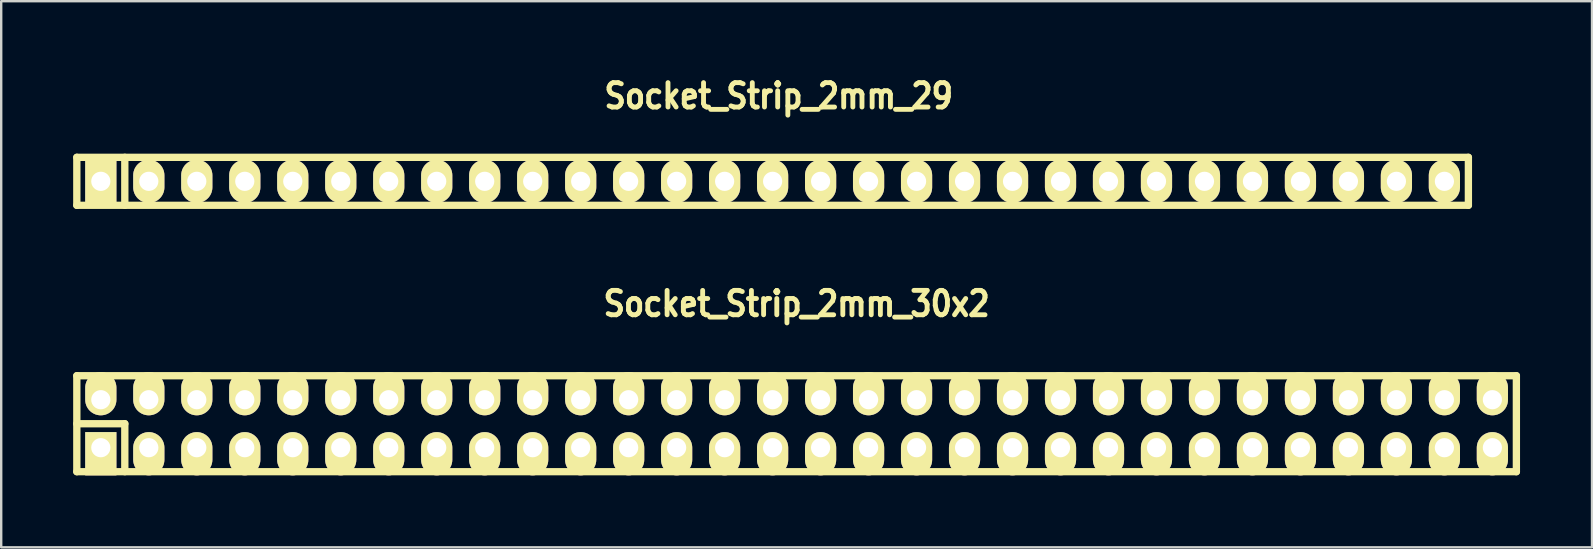
<source format=kicad_pcb>
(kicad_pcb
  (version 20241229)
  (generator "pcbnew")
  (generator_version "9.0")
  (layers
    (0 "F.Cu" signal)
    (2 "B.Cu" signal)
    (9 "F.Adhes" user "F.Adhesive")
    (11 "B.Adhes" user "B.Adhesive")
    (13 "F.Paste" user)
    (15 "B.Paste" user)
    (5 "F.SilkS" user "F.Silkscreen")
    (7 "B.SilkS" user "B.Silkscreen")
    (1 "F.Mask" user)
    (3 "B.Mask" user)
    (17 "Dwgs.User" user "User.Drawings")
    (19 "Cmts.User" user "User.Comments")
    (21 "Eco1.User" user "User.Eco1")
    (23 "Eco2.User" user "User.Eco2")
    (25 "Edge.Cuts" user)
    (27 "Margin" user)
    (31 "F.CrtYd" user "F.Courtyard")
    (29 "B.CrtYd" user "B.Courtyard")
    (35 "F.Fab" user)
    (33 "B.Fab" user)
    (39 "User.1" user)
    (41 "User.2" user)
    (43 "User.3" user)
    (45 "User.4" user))
  (footprint "Socket_Strip_2mm_30x2"
    (layer "F.Cu")
    (at 30.152 14.61)
    (property "Reference" "Socket_Strip_2mm_30x2" (at 0 -5 0) (layer "F.SilkS") (effects (font (size 1.016 0.889) (thickness 0.203))))
    (attr through_hole)
    (fp_line (start -30 -2) (end 30 -2) (stroke (width 0.305) (type solid)) (layer "F.SilkS"))
    (fp_line (start -30 0) (end -28 0) (stroke (width 0.305) (type solid)) (layer "F.SilkS"))
    (fp_line (start -30 2) (end -30 -2) (stroke (width 0.305) (type solid)) (layer "F.SilkS"))
    (fp_line (start -28 0) (end -28 2) (stroke (width 0.305) (type solid)) (layer "F.SilkS"))
    (fp_line (start 30 -2) (end 30 2) (stroke (width 0.305) (type solid)) (layer "F.SilkS"))
    (fp_line (start 30 2) (end -30 2) (stroke (width 0.305) (type solid)) (layer "F.SilkS"))
    (pad "1" thru_hole rect (at -29 1) (size 1.3 1.8) (drill 0.8 (offset 0 0.25)) (layers "*.Cu" "*.Mask" "F.SilkS"))
    (pad "2" thru_hole oval (at -29 -1) (size 1.3 1.8) (drill 0.8 (offset 0 -0.25)) (layers "*.Cu" "*.Mask" "F.SilkS"))
    (pad "3" thru_hole oval (at -27 1) (size 1.3 1.8) (drill 0.8 (offset 0 0.25)) (layers "*.Cu" "*.Mask" "F.SilkS"))
    (pad "4" thru_hole oval (at -27 -1) (size 1.3 1.8) (drill 0.8 (offset 0 -0.25)) (layers "*.Cu" "*.Mask" "F.SilkS"))
    (pad "5" thru_hole oval (at -25 1) (size 1.3 1.8) (drill 0.8 (offset 0 0.25)) (layers "*.Cu" "*.Mask" "F.SilkS"))
    (pad "6" thru_hole oval (at -25 -1) (size 1.3 1.8) (drill 0.8 (offset 0 -0.25)) (layers "*.Cu" "*.Mask" "F.SilkS"))
    (pad "7" thru_hole oval (at -23 1) (size 1.3 1.8) (drill 0.8 (offset 0 0.25)) (layers "*.Cu" "*.Mask" "F.SilkS"))
    (pad "8" thru_hole oval (at -23 -1) (size 1.3 1.8) (drill 0.8 (offset 0 -0.25)) (layers "*.Cu" "*.Mask" "F.SilkS"))
    (pad "9" thru_hole oval (at -21 1) (size 1.3 1.8) (drill 0.8 (offset 0 0.25)) (layers "*.Cu" "*.Mask" "F.SilkS"))
    (pad "10" thru_hole oval (at -21 -1) (size 1.3 1.8) (drill 0.8 (offset 0 -0.25)) (layers "*.Cu" "*.Mask" "F.SilkS"))
    (pad "11" thru_hole oval (at -19 1) (size 1.3 1.8) (drill 0.8 (offset 0 0.25)) (layers "*.Cu" "*.Mask" "F.SilkS"))
    (pad "12" thru_hole oval (at -19 -1) (size 1.3 1.8) (drill 0.8 (offset 0 -0.25)) (layers "*.Cu" "*.Mask" "F.SilkS"))
    (pad "13" thru_hole oval (at -17 1) (size 1.3 1.8) (drill 0.8 (offset 0 0.25)) (layers "*.Cu" "*.Mask" "F.SilkS"))
    (pad "14" thru_hole oval (at -17 -1) (size 1.3 1.8) (drill 0.8 (offset 0 -0.25)) (layers "*.Cu" "*.Mask" "F.SilkS"))
    (pad "15" thru_hole oval (at -15 1) (size 1.3 1.8) (drill 0.8 (offset 0 0.25)) (layers "*.Cu" "*.Mask" "F.SilkS"))
    (pad "16" thru_hole oval (at -15 -1) (size 1.3 1.8) (drill 0.8 (offset 0 -0.25)) (layers "*.Cu" "*.Mask" "F.SilkS"))
    (pad "17" thru_hole oval (at -13 1) (size 1.3 1.8) (drill 0.8 (offset 0 0.25)) (layers "*.Cu" "*.Mask" "F.SilkS"))
    (pad "18" thru_hole oval (at -13 -1) (size 1.3 1.8) (drill 0.8 (offset 0 -0.25)) (layers "*.Cu" "*.Mask" "F.SilkS"))
    (pad "19" thru_hole oval (at -11 1) (size 1.3 1.8) (drill 0.8 (offset 0 0.25)) (layers "*.Cu" "*.Mask" "F.SilkS"))
    (pad "20" thru_hole oval (at -11 -1) (size 1.3 1.8) (drill 0.8 (offset 0 -0.25)) (layers "*.Cu" "*.Mask" "F.SilkS"))
    (pad "21" thru_hole oval (at -9 1) (size 1.3 1.8) (drill 0.8 (offset 0 0.25)) (layers "*.Cu" "*.Mask" "F.SilkS"))
    (pad "22" thru_hole oval (at -9 -1) (size 1.3 1.8) (drill 0.8 (offset 0 -0.25)) (layers "*.Cu" "*.Mask" "F.SilkS"))
    (pad "23" thru_hole oval (at -7 1) (size 1.3 1.8) (drill 0.8 (offset 0 0.25)) (layers "*.Cu" "*.Mask" "F.SilkS"))
    (pad "24" thru_hole oval (at -7 -1) (size 1.3 1.8) (drill 0.8 (offset 0 -0.25)) (layers "*.Cu" "*.Mask" "F.SilkS"))
    (pad "25" thru_hole oval (at -5 1) (size 1.3 1.8) (drill 0.8 (offset 0 0.25)) (layers "*.Cu" "*.Mask" "F.SilkS"))
    (pad "26" thru_hole oval (at -5 -1) (size 1.3 1.8) (drill 0.8 (offset 0 -0.25)) (layers "*.Cu" "*.Mask" "F.SilkS"))
    (pad "27" thru_hole oval (at -3 1) (size 1.3 1.8) (drill 0.8 (offset 0 0.25)) (layers "*.Cu" "*.Mask" "F.SilkS"))
    (pad "28" thru_hole oval (at -3 -1) (size 1.3 1.8) (drill 0.8 (offset 0 -0.25)) (layers "*.Cu" "*.Mask" "F.SilkS"))
    (pad "29" thru_hole oval (at -1 1) (size 1.3 1.8) (drill 0.8 (offset 0 0.25)) (layers "*.Cu" "*.Mask" "F.SilkS"))
    (pad "30" thru_hole oval (at -1 -1) (size 1.3 1.8) (drill 0.8 (offset 0 -0.25)) (layers "*.Cu" "*.Mask" "F.SilkS"))
    (pad "31" thru_hole oval (at 1 1) (size 1.3 1.8) (drill 0.8 (offset 0 0.25)) (layers "*.Cu" "*.Mask" "F.SilkS"))
    (pad "32" thru_hole oval (at 1 -1) (size 1.3 1.8) (drill 0.8 (offset 0 -0.25)) (layers "*.Cu" "*.Mask" "F.SilkS"))
    (pad "33" thru_hole oval (at 3 1) (size 1.3 1.8) (drill 0.8 (offset 0 0.25)) (layers "*.Cu" "*.Mask" "F.SilkS"))
    (pad "34" thru_hole oval (at 3 -1) (size 1.3 1.8) (drill 0.8 (offset 0 -0.25)) (layers "*.Cu" "*.Mask" "F.SilkS"))
    (pad "35" thru_hole oval (at 5 1) (size 1.3 1.8) (drill 0.8 (offset 0 0.25)) (layers "*.Cu" "*.Mask" "F.SilkS"))
    (pad "36" thru_hole oval (at 5 -1) (size 1.3 1.8) (drill 0.8 (offset 0 -0.25)) (layers "*.Cu" "*.Mask" "F.SilkS"))
    (pad "37" thru_hole oval (at 7 1) (size 1.3 1.8) (drill 0.8 (offset 0 0.25)) (layers "*.Cu" "*.Mask" "F.SilkS"))
    (pad "38" thru_hole oval (at 7 -1) (size 1.3 1.8) (drill 0.8 (offset 0 -0.25)) (layers "*.Cu" "*.Mask" "F.SilkS"))
    (pad "39" thru_hole oval (at 9 1) (size 1.3 1.8) (drill 0.8 (offset 0 0.25)) (layers "*.Cu" "*.Mask" "F.SilkS"))
    (pad "40" thru_hole oval (at 9 -1) (size 1.3 1.8) (drill 0.8 (offset 0 -0.25)) (layers "*.Cu" "*.Mask" "F.SilkS"))
    (pad "41" thru_hole oval (at 11 1) (size 1.3 1.8) (drill 0.8 (offset 0 0.25)) (layers "*.Cu" "*.Mask" "F.SilkS"))
    (pad "42" thru_hole oval (at 11 -1) (size 1.3 1.8) (drill 0.8 (offset 0 -0.25)) (layers "*.Cu" "*.Mask" "F.SilkS"))
    (pad "43" thru_hole oval (at 13 1) (size 1.3 1.8) (drill 0.8 (offset 0 0.25)) (layers "*.Cu" "*.Mask" "F.SilkS"))
    (pad "44" thru_hole oval (at 13 -1) (size 1.3 1.8) (drill 0.8 (offset 0 -0.25)) (layers "*.Cu" "*.Mask" "F.SilkS"))
    (pad "45" thru_hole oval (at 15 1) (size 1.3 1.8) (drill 0.8 (offset 0 0.25)) (layers "*.Cu" "*.Mask" "F.SilkS"))
    (pad "46" thru_hole oval (at 15 -1) (size 1.3 1.8) (drill 0.8 (offset 0 -0.25)) (layers "*.Cu" "*.Mask" "F.SilkS"))
    (pad "47" thru_hole oval (at 17 1) (size 1.3 1.8) (drill 0.8 (offset 0 0.25)) (layers "*.Cu" "*.Mask" "F.SilkS"))
    (pad "48" thru_hole oval (at 17 -1) (size 1.3 1.8) (drill 0.8 (offset 0 -0.25)) (layers "*.Cu" "*.Mask" "F.SilkS"))
    (pad "49" thru_hole oval (at 19 1) (size 1.3 1.8) (drill 0.8 (offset 0 0.25)) (layers "*.Cu" "*.Mask" "F.SilkS"))
    (pad "50" thru_hole oval (at 19 -1) (size 1.3 1.8) (drill 0.8 (offset 0 -0.25)) (layers "*.Cu" "*.Mask" "F.SilkS"))
    (pad "51" thru_hole oval (at 21 1) (size 1.3 1.8) (drill 0.8 (offset 0 0.25)) (layers "*.Cu" "*.Mask" "F.SilkS"))
    (pad "52" thru_hole oval (at 21 -1) (size 1.3 1.8) (drill 0.8 (offset 0 -0.25)) (layers "*.Cu" "*.Mask" "F.SilkS"))
    (pad "53" thru_hole oval (at 23 1) (size 1.3 1.8) (drill 0.8 (offset 0 0.25)) (layers "*.Cu" "*.Mask" "F.SilkS"))
    (pad "54" thru_hole oval (at 23 -1) (size 1.3 1.8) (drill 0.8 (offset 0 -0.25)) (layers "*.Cu" "*.Mask" "F.SilkS"))
    (pad "55" thru_hole oval (at 25 1) (size 1.3 1.8) (drill 0.8 (offset 0 0.25)) (layers "*.Cu" "*.Mask" "F.SilkS"))
    (pad "56" thru_hole oval (at 25 -1) (size 1.3 1.8) (drill 0.8 (offset 0 -0.25)) (layers "*.Cu" "*.Mask" "F.SilkS"))
    (pad "57" thru_hole oval (at 27 1) (size 1.3 1.8) (drill 0.8 (offset 0 0.25)) (layers "*.Cu" "*.Mask" "F.SilkS"))
    (pad "58" thru_hole oval (at 27 -1) (size 1.3 1.8) (drill 0.8 (offset 0 -0.25)) (layers "*.Cu" "*.Mask" "F.SilkS"))
    (pad "59" thru_hole oval (at 29 1) (size 1.3 1.8) (drill 0.8 (offset 0 0.25)) (layers "*.Cu" "*.Mask" "F.SilkS"))
    (pad "60" thru_hole oval (at 29 -1) (size 1.3 1.8) (drill 0.8 (offset 0 -0.25)) (layers "*.Cu" "*.Mask" "F.SilkS")))
  (footprint "Socket_Strip_2mm_29"
    (layer "F.Cu")
    (at 29.152 4.507)
    (property "Reference" "Socket_Strip_2mm_29" (at 0.254 -3.556 0) (layer "F.SilkS") (effects (font (size 1.016 0.889) (thickness 0.203))))
    (attr through_hole)
    (fp_line (start -29 -1) (end 29 -1) (stroke (width 0.305) (type solid)) (layer "F.SilkS"))
    (fp_line (start -29 1) (end -29 -1) (stroke (width 0.305) (type solid)) (layer "F.SilkS"))
    (fp_line (start -27 -1) (end -27 1) (stroke (width 0.305) (type solid)) (layer "F.SilkS"))
    (fp_line (start 29 -1) (end 29 1) (stroke (width 0.305) (type solid)) (layer "F.SilkS"))
    (fp_line (start 29 1) (end -29 1) (stroke (width 0.305) (type solid)) (layer "F.SilkS"))
    (pad "1" thru_hole rect (at -28 0) (size 1.3 1.8) (drill 0.8) (layers "*.Cu" "*.Mask" "F.SilkS"))
    (pad "2" thru_hole oval (at -26 0) (size 1.3 1.8) (drill 0.8) (layers "*.Cu" "*.Mask" "F.SilkS"))
    (pad "3" thru_hole oval (at -24 0) (size 1.3 1.8) (drill 0.8) (layers "*.Cu" "*.Mask" "F.SilkS"))
    (pad "4" thru_hole oval (at -22 0) (size 1.3 1.8) (drill 0.8) (layers "*.Cu" "*.Mask" "F.SilkS"))
    (pad "5" thru_hole oval (at -20 0) (size 1.3 1.8) (drill 0.8) (layers "*.Cu" "*.Mask" "F.SilkS"))
    (pad "6" thru_hole oval (at -18 0) (size 1.3 1.8) (drill 0.8) (layers "*.Cu" "*.Mask" "F.SilkS"))
    (pad "7" thru_hole oval (at -16 0) (size 1.3 1.8) (drill 0.8) (layers "*.Cu" "*.Mask" "F.SilkS"))
    (pad "8" thru_hole oval (at -14 0) (size 1.3 1.8) (drill 0.8) (layers "*.Cu" "*.Mask" "F.SilkS"))
    (pad "9" thru_hole oval (at -12 0) (size 1.3 1.8) (drill 0.8) (layers "*.Cu" "*.Mask" "F.SilkS"))
    (pad "10" thru_hole oval (at -10 0) (size 1.3 1.8) (drill 0.8) (layers "*.Cu" "*.Mask" "F.SilkS"))
    (pad "11" thru_hole oval (at -8 0) (size 1.3 1.8) (drill 0.8) (layers "*.Cu" "*.Mask" "F.SilkS"))
    (pad "12" thru_hole oval (at -6 0) (size 1.3 1.8) (drill 0.8) (layers "*.Cu" "*.Mask" "F.SilkS"))
    (pad "13" thru_hole oval (at -4 0) (size 1.3 1.8) (drill 0.8) (layers "*.Cu" "*.Mask" "F.SilkS"))
    (pad "14" thru_hole oval (at -2 0) (size 1.3 1.8) (drill 0.8) (layers "*.Cu" "*.Mask" "F.SilkS"))
    (pad "15" thru_hole oval (at 0 0) (size 1.3 1.8) (drill 0.8) (layers "*.Cu" "*.Mask" "F.SilkS"))
    (pad "16" thru_hole oval (at 2 0) (size 1.3 1.8) (drill 0.8) (layers "*.Cu" "*.Mask" "F.SilkS"))
    (pad "17" thru_hole oval (at 4 0) (size 1.3 1.8) (drill 0.8) (layers "*.Cu" "*.Mask" "F.SilkS"))
    (pad "18" thru_hole oval (at 6 0) (size 1.3 1.8) (drill 0.8) (layers "*.Cu" "*.Mask" "F.SilkS"))
    (pad "19" thru_hole oval (at 8 0) (size 1.3 1.8) (drill 0.8) (layers "*.Cu" "*.Mask" "F.SilkS"))
    (pad "20" thru_hole oval (at 10 0) (size 1.3 1.8) (drill 0.8) (layers "*.Cu" "*.Mask" "F.SilkS"))
    (pad "21" thru_hole oval (at 12 0) (size 1.3 1.8) (drill 0.8) (layers "*.Cu" "*.Mask" "F.SilkS"))
    (pad "22" thru_hole oval (at 14 0) (size 1.3 1.8) (drill 0.8) (layers "*.Cu" "*.Mask" "F.SilkS"))
    (pad "23" thru_hole oval (at 16 0) (size 1.3 1.8) (drill 0.8) (layers "*.Cu" "*.Mask" "F.SilkS"))
    (pad "24" thru_hole oval (at 18 0) (size 1.3 1.8) (drill 0.8) (layers "*.Cu" "*.Mask" "F.SilkS"))
    (pad "25" thru_hole oval (at 20 0) (size 1.3 1.8) (drill 0.8) (layers "*.Cu" "*.Mask" "F.SilkS"))
    (pad "26" thru_hole oval (at 22 0) (size 1.3 1.8) (drill 0.8) (layers "*.Cu" "*.Mask" "F.SilkS"))
    (pad "27" thru_hole oval (at 24 0) (size 1.3 1.8) (drill 0.8) (layers "*.Cu" "*.Mask" "F.SilkS"))
    (pad "28" thru_hole oval (at 26 0) (size 1.3 1.8) (drill 0.8) (layers "*.Cu" "*.Mask" "F.SilkS"))
    (pad "29" thru_hole oval (at 28 0) (size 1.3 1.8) (drill 0.8) (layers "*.Cu" "*.Mask" "F.SilkS")))
  (gr_rect
    (start -3 -3)
    (end 63.305 19.763)
    (stroke (width 0.1) (type default))
    (fill no)
    (layer "Edge.Cuts")))
</source>
